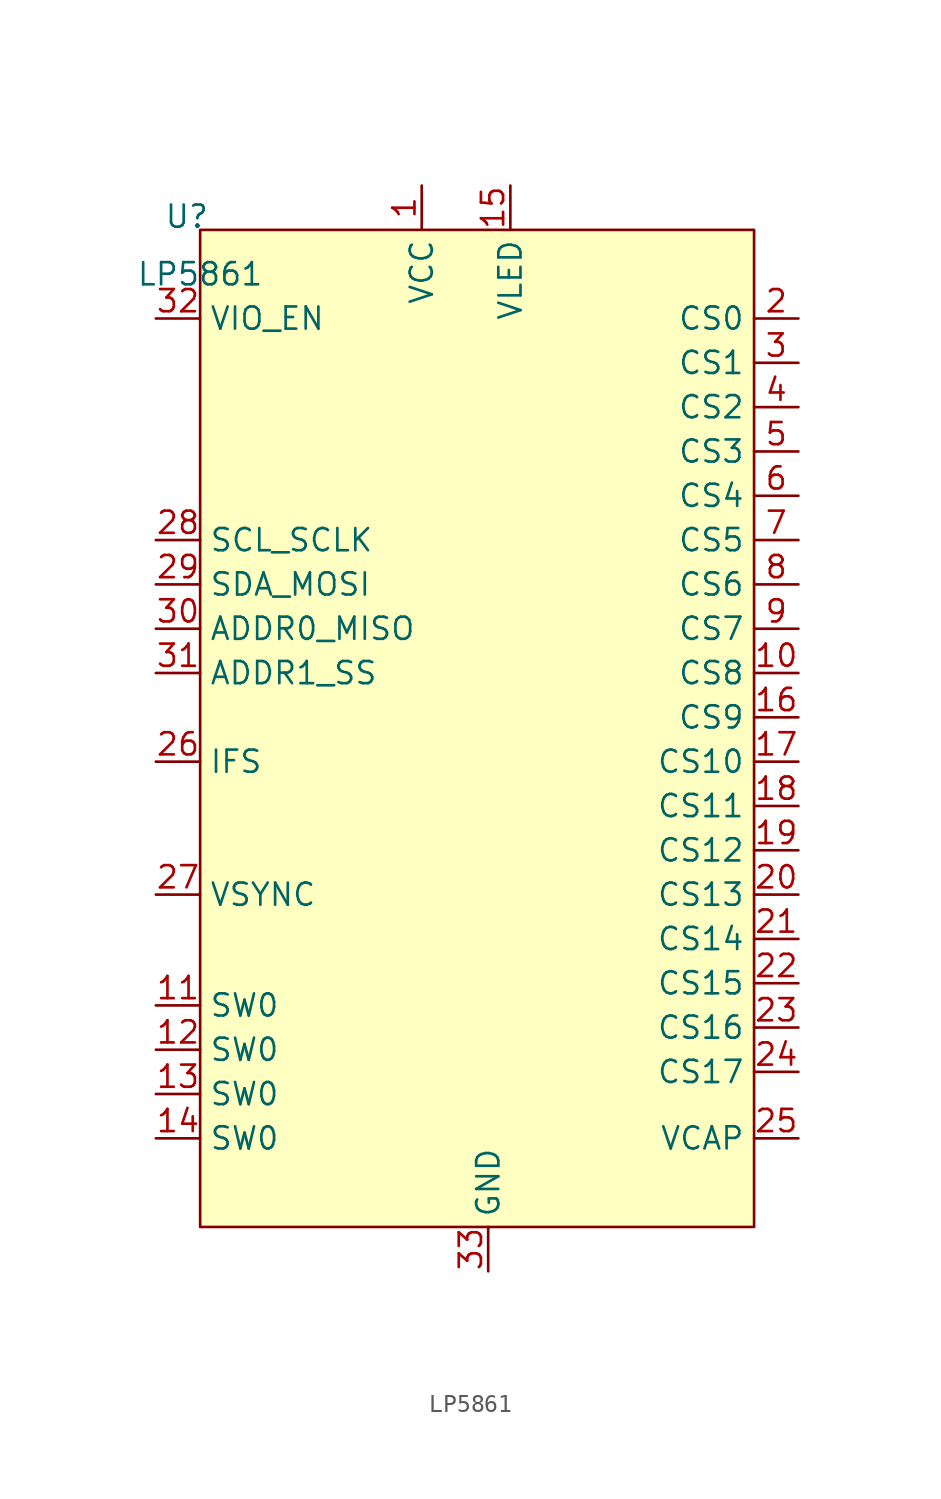
<source format=kicad_sym>
(kicad_symbol_lib
  (version 20231120)
  (generator "kicad_symbol_editor")
  (generator_version "8.0")
  (symbol "LP5861"
    (property "Reference" "U"
      (at -0.762 0.762 0)
      (effects (font (size 1.27 1.27))))
    (property "Value" "LP5861"
      (at 0 -2.54 0)
      (effects (font (size 1.27 1.27))))
    (symbol "LP5861_1_1"
      (rectangle (start 0 0) (end 31.75 -57.15) (stroke (width 0) (type default)) (fill (type background)))
      (pin power_in line (at 12.7 2.54 270) (length 2.54) (name "VCC" (effects (font (size 1.27 1.27)))) (number "1" (effects (font (size 1.27 1.27)))))
      (pin output line (at 34.29 -25.4 180) (length 2.54) (name "CS8" (effects (font (size 1.27 1.27)))) (number "10" (effects (font (size 1.27 1.27)))))
      (pin passive line (at -2.54 -44.45 0) (length 2.54) (name "SW0" (effects (font (size 1.27 1.27)))) (number "11" (effects (font (size 1.27 1.27)))))
      (pin passive line (at -2.54 -46.99 0) (length 2.54) (name "SW0" (effects (font (size 1.27 1.27)))) (number "12" (effects (font (size 1.27 1.27)))))
      (pin passive line (at -2.54 -49.53 0) (length 2.54) (name "SW0" (effects (font (size 1.27 1.27)))) (number "13" (effects (font (size 1.27 1.27)))))
      (pin passive line (at -2.54 -52.07 0) (length 2.54) (name "SW0" (effects (font (size 1.27 1.27)))) (number "14" (effects (font (size 1.27 1.27)))))
      (pin power_in line (at 17.78 2.54 270) (length 2.54) (name "VLED" (effects (font (size 1.27 1.27)))) (number "15" (effects (font (size 1.27 1.27)))))
      (pin output line (at 34.29 -27.94 180) (length 2.54) (name "CS9" (effects (font (size 1.27 1.27)))) (number "16" (effects (font (size 1.27 1.27)))))
      (pin output line (at 34.29 -30.48 180) (length 2.54) (name "CS10" (effects (font (size 1.27 1.27)))) (number "17" (effects (font (size 1.27 1.27)))))
      (pin output line (at 34.29 -33.02 180) (length 2.54) (name "CS11" (effects (font (size 1.27 1.27)))) (number "18" (effects (font (size 1.27 1.27)))))
      (pin output line (at 34.29 -35.56 180) (length 2.54) (name "CS12" (effects (font (size 1.27 1.27)))) (number "19" (effects (font (size 1.27 1.27)))))
      (pin output line (at 34.29 -5.08 180) (length 2.54) (name "CS0" (effects (font (size 1.27 1.27)))) (number "2" (effects (font (size 1.27 1.27)))))
      (pin output line (at 34.29 -38.1 180) (length 2.54) (name "CS13" (effects (font (size 1.27 1.27)))) (number "20" (effects (font (size 1.27 1.27)))))
      (pin output line (at 34.29 -40.64 180) (length 2.54) (name "CS14" (effects (font (size 1.27 1.27)))) (number "21" (effects (font (size 1.27 1.27)))))
      (pin output line (at 34.29 -43.18 180) (length 2.54) (name "CS15" (effects (font (size 1.27 1.27)))) (number "22" (effects (font (size 1.27 1.27)))))
      (pin output line (at 34.29 -45.72 180) (length 2.54) (name "CS16" (effects (font (size 1.27 1.27)))) (number "23" (effects (font (size 1.27 1.27)))))
      (pin output line (at 34.29 -48.26 180) (length 2.54) (name "CS17" (effects (font (size 1.27 1.27)))) (number "24" (effects (font (size 1.27 1.27)))))
      (pin output line (at 34.29 -52.07 180) (length 2.54) (name "VCAP" (effects (font (size 1.27 1.27)))) (number "25" (effects (font (size 1.27 1.27)))))
      (pin input line (at -2.54 -30.48 0) (length 2.54) (name "IFS" (effects (font (size 1.27 1.27)))) (number "26" (effects (font (size 1.27 1.27)))))
      (pin input line (at -2.54 -38.1 0) (length 2.54) (name "VSYNC" (effects (font (size 1.27 1.27)))) (number "27" (effects (font (size 1.27 1.27)))))
      (pin input line (at -2.54 -17.78 0) (length 2.54) (name "SCL_SCLK" (effects (font (size 1.27 1.27)))) (number "28" (effects (font (size 1.27 1.27)))))
      (pin bidirectional line (at -2.54 -20.32 0) (length 2.54) (name "SDA_MOSI" (effects (font (size 1.27 1.27)))) (number "29" (effects (font (size 1.27 1.27)))))
      (pin output line (at 34.29 -7.62 180) (length 2.54) (name "CS1" (effects (font (size 1.27 1.27)))) (number "3" (effects (font (size 1.27 1.27)))))
      (pin passive line (at -2.54 -22.86 0) (length 2.54) (name "ADDR0_MISO" (effects (font (size 1.27 1.27)))) (number "30" (effects (font (size 1.27 1.27)))))
      (pin passive line (at -2.54 -25.4 0) (length 2.54) (name "ADDR1_SS" (effects (font (size 1.27 1.27)))) (number "31" (effects (font (size 1.27 1.27)))))
      (pin input line (at -2.54 -5.08 0) (length 2.54) (name "VIO_EN" (effects (font (size 1.27 1.27)))) (number "32" (effects (font (size 1.27 1.27)))))
      (pin power_in line (at 16.51 -59.69 90) (length 2.54) (name "GND" (effects (font (size 1.27 1.27)))) (number "33" (effects (font (size 1.27 1.27)))))
      (pin output line (at 34.29 -10.16 180) (length 2.54) (name "CS2" (effects (font (size 1.27 1.27)))) (number "4" (effects (font (size 1.27 1.27)))))
      (pin output line (at 34.29 -12.7 180) (length 2.54) (name "CS3" (effects (font (size 1.27 1.27)))) (number "5" (effects (font (size 1.27 1.27)))))
      (pin output line (at 34.29 -15.24 180) (length 2.54) (name "CS4" (effects (font (size 1.27 1.27)))) (number "6" (effects (font (size 1.27 1.27)))))
      (pin output line (at 34.29 -17.78 180) (length 2.54) (name "CS5" (effects (font (size 1.27 1.27)))) (number "7" (effects (font (size 1.27 1.27)))))
      (pin output line (at 34.29 -20.32 180) (length 2.54) (name "CS6" (effects (font (size 1.27 1.27)))) (number "8" (effects (font (size 1.27 1.27)))))
      (pin output line (at 34.29 -22.86 180) (length 2.54) (name "CS7" (effects (font (size 1.27 1.27)))) (number "9" (effects (font (size 1.27 1.27))))))))
</source>
